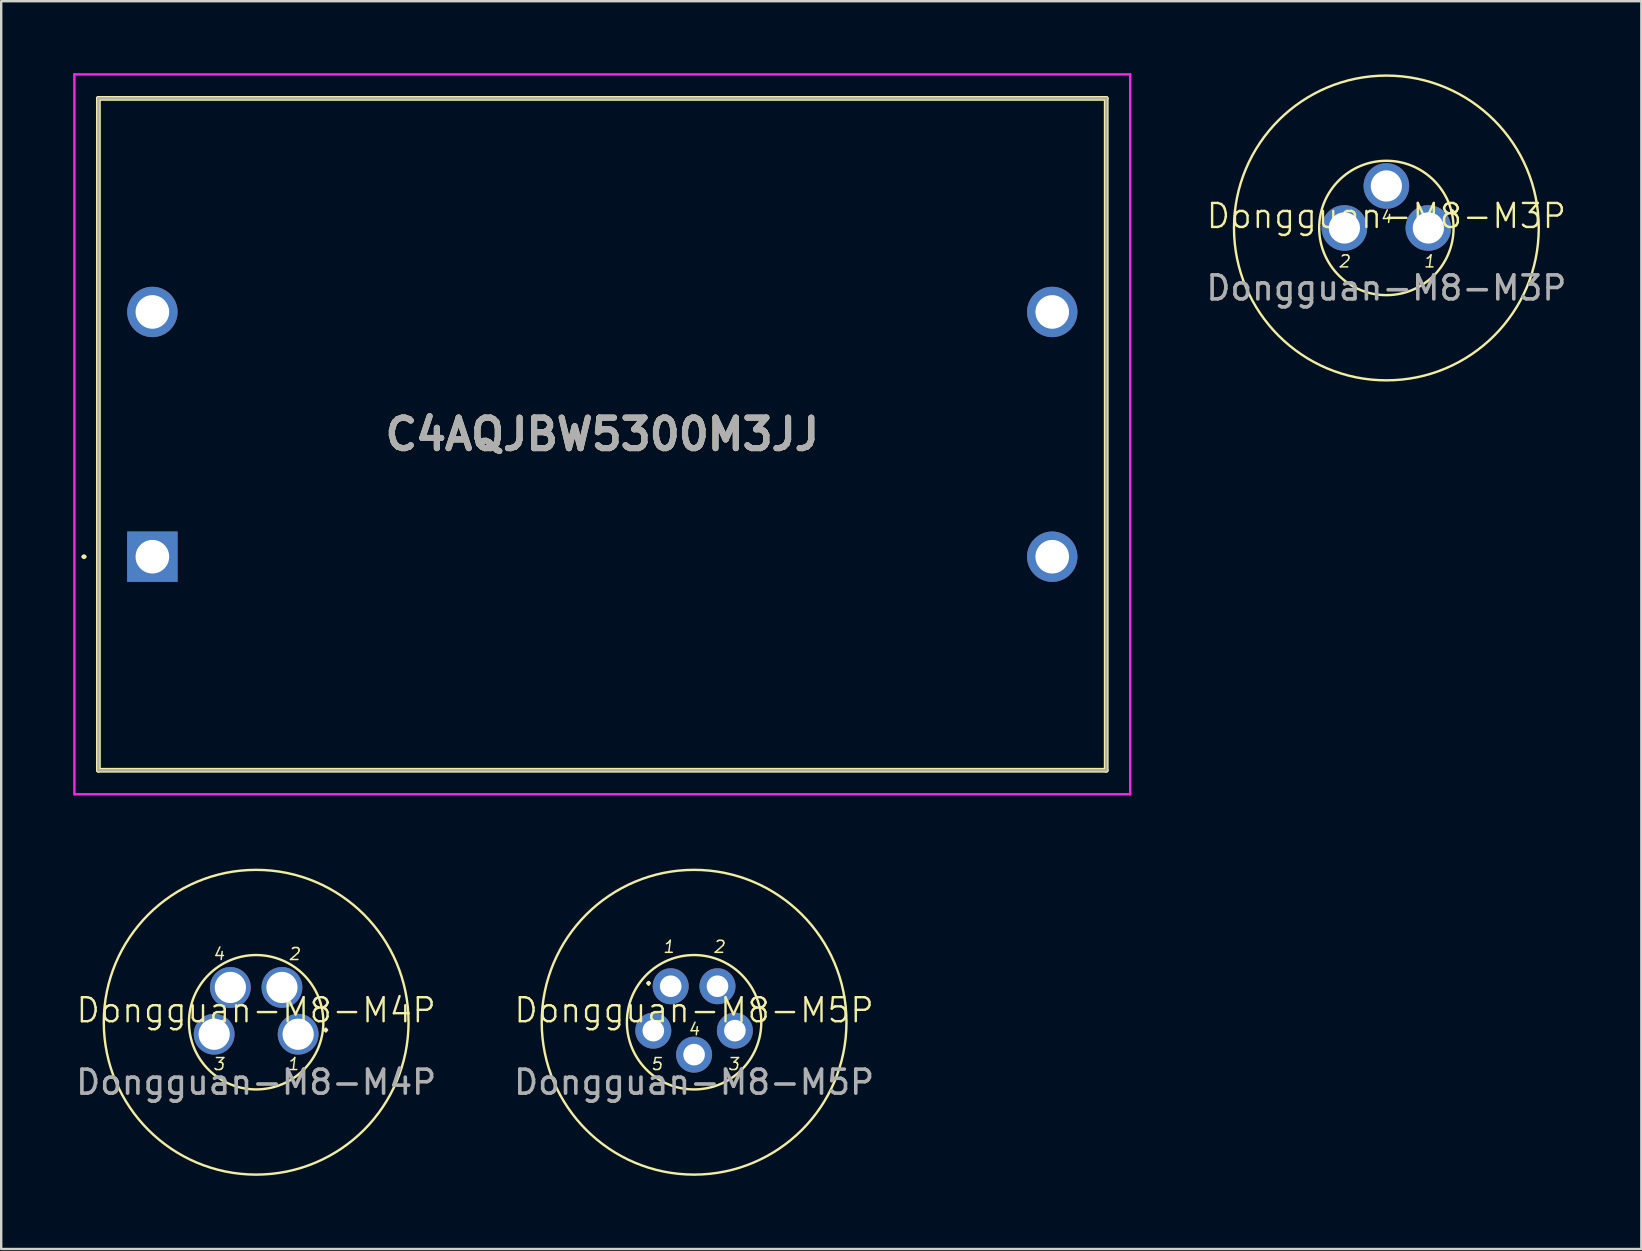
<source format=kicad_pcb>
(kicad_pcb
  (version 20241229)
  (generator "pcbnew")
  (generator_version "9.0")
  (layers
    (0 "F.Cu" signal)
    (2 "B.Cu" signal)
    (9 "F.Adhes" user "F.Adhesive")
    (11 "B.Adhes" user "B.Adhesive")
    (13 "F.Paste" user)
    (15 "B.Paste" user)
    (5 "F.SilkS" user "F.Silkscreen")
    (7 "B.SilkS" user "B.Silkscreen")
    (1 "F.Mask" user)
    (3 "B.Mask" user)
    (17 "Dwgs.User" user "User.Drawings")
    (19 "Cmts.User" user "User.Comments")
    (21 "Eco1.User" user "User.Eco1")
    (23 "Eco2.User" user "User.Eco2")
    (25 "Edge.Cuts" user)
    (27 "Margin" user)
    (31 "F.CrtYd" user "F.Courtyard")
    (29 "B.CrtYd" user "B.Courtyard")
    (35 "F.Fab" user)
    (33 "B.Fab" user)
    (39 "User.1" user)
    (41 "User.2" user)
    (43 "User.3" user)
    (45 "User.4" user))
  (footprint "Dongguan-M8-M4P"
    (layer "F.Cu")
    (at 7.625 39.55)
    (property "Reference" "Dongguan-M8-M4P" (at 0 -0.5 0) (unlocked yes) (layer "F.SilkS") (effects (font (size 1 1) (thickness 0.1))))
    (attr through_hole)
    (fp_circle (center 0 0) (end 0 -6.35) (stroke (width 0.1) (type default)) (fill no) (layer "F.SilkS"))
    (fp_circle (center 0 0) (end 0 2.8) (stroke (width 0.1) (type default)) (fill no) (layer "F.SilkS"))
    (fp_circle (center 0 0) (end 0 -6.4) (stroke (width 0.1) (type default)) (fill no) (layer "Margin"))
    (fp_text user "2" (at 1.6 -2.55 0) (unlocked yes) (layer "F.SilkS") (effects (font (size 0.5 0.5) (thickness 0.062) (italic yes)) (justify bottom)))
    (fp_text user "4" (at -1.55 -2.55 0) (unlocked yes) (layer "F.SilkS") (effects (font (size 0.5 0.5) (thickness 0.062) (italic yes)) (justify bottom)))
    (fp_text user "." (at 2.6 0.5 0) (unlocked yes) (layer "F.SilkS") (effects (font (size 1 1) (thickness 0.1)) (justify left bottom)))
    (fp_text user "3" (at -1.55 1.45 0) (unlocked yes) (layer "F.SilkS") (effects (font (size 0.5 0.5) (thickness 0.062) (italic yes)) (justify top)))
    (fp_text user "1" (at 1.55 1.45 0) (unlocked yes) (layer "F.SilkS") (effects (font (size 0.5 0.5) (thickness 0.062) (italic yes)) (justify top)))
    (fp_text user "${REFERENCE}" (at 0 2.5 0) (unlocked yes) (layer "F.Fab") (effects (font (size 1 1) (thickness 0.15))))
    (pad "1" thru_hole circle (at 1.75 0.5 90) (size 1.7 1.7) (drill 1.3) (layers "*.Cu" "*.Mask"))
    (pad "2" thru_hole circle (at 1.075 -1.45 90) (size 1.7 1.7) (drill 1.3) (layers "*.Cu" "*.Mask"))
    (pad "3" thru_hole circle (at -1.75 0.5 90) (size 1.7 1.7) (drill 1.3) (layers "*.Cu" "*.Mask"))
    (pad "4" thru_hole circle (at -1.075 -1.45 90) (size 1.7 1.7) (drill 1.3) (layers "*.Cu" "*.Mask")))
  (footprint "Dongguan-M8-M5P"
    (layer "F.Cu")
    (at 25.875 39.55)
    (property "Reference" "Dongguan-M8-M5P" (at 0 -0.5 0) (unlocked yes) (layer "F.SilkS") (effects (font (size 1 1) (thickness 0.1))))
    (attr through_hole)
    (fp_circle (center 0 0) (end 0 -6.35) (stroke (width 0.1) (type default)) (fill no) (layer "F.SilkS"))
    (fp_circle (center 0 0) (end 0 2.8) (stroke (width 0.1) (type default)) (fill no) (layer "F.SilkS"))
    (fp_circle (center 0 0) (end 0 -6.4) (stroke (width 0.1) (type default)) (fill no) (layer "Margin"))
    (fp_text user "2" (at 1.05 -2.85 0) (unlocked yes) (layer "F.SilkS") (effects (font (size 0.5 0.5) (thickness 0.062) (italic yes)) (justify bottom)))
    (fp_text user "4" (at 0 0 0) (unlocked yes) (layer "F.SilkS") (effects (font (size 0.5 0.5) (thickness 0.062) (italic yes)) (justify top)))
    (fp_text user "." (at -2.2 -1.45 0) (unlocked yes) (layer "F.SilkS") (effects (font (size 1 1) (thickness 0.1)) (justify left bottom)))
    (fp_text user "1" (at -1.05 -2.85 0) (unlocked yes) (layer "F.SilkS") (effects (font (size 0.5 0.5) (thickness 0.062) (italic yes)) (justify bottom)))
    (fp_text user "5" (at -1.55 1.45 0) (unlocked yes) (layer "F.SilkS") (effects (font (size 0.5 0.5) (thickness 0.062) (italic yes)) (justify top)))
    (fp_text user "3" (at 1.65 1.45 0) (unlocked yes) (layer "F.SilkS") (effects (font (size 0.5 0.5) (thickness 0.062) (italic yes)) (justify top)))
    (fp_text user "${REFERENCE}" (at 0 2.5 0) (unlocked yes) (layer "F.Fab") (effects (font (size 1 1) (thickness 0.15))))
    (pad "1" thru_hole circle (at -0.975 -1.5) (size 1.5 1.5) (drill 0.9) (layers "*.Cu" "*.Mask"))
    (pad "2" thru_hole circle (at 0.975 -1.5) (size 1.5 1.5) (drill 0.9) (layers "*.Cu" "*.Mask"))
    (pad "3" thru_hole circle (at 1.7 0.35) (size 1.5 1.5) (drill 0.9) (layers "*.Cu" "*.Mask"))
    (pad "4" thru_hole circle (at 0 1.35) (size 1.5 1.5) (drill 0.9) (layers "*.Cu" "*.Mask"))
    (pad "5" thru_hole circle (at -1.7 0.35) (size 1.5 1.5) (drill 0.9) (layers "*.Cu" "*.Mask")))
  (footprint "Dongguan-M8-M3P"
    (layer "F.Cu")
    (at 54.725 6.45)
    (property "Reference" "Dongguan-M8-M3P" (at 0 -0.5 0) (unlocked yes) (layer "F.SilkS") (effects (font (size 1 1) (thickness 0.1))))
    (attr through_hole)
    (fp_circle (center 0 0) (end 0 -6.35) (stroke (width 0.1) (type default)) (fill no) (layer "F.SilkS"))
    (fp_circle (center 0 0) (end 0 2.8) (stroke (width 0.1) (type default)) (fill no) (layer "F.SilkS"))
    (fp_circle (center 0 0) (end 0 -6.4) (stroke (width 0.1) (type default)) (fill no) (layer "Margin"))
    (fp_text user "2" (at -1.75 1.1 0) (unlocked yes) (layer "F.SilkS") (effects (font (size 0.5 0.5) (thickness 0.062) (italic yes)) (justify top)))
    (fp_text user "." (at 2.45 -0.5 0) (unlocked yes) (layer "F.SilkS") (effects (font (size 1 1) (thickness 0.1)) (justify left bottom)))
    (fp_text user "1" (at 1.8 1.1 0) (unlocked yes) (layer "F.SilkS") (effects (font (size 0.5 0.5) (thickness 0.062) (italic yes)) (justify top)))
    (fp_text user "4" (at 0 -0.75 0) (unlocked yes) (layer "F.SilkS") (effects (font (size 0.5 0.5) (thickness 0.062) (italic yes)) (justify top)))
    (fp_text user "${REFERENCE}" (at 0 2.5 0) (unlocked yes) (layer "F.Fab") (effects (font (size 1 1) (thickness 0.15))))
    (pad "1" thru_hole circle (at 1.75 0 90) (size 1.9 1.9) (drill 1.3) (layers "*.Cu" "*.Mask"))
    (pad "3" thru_hole circle (at -1.75 0 90) (size 1.9 1.9) (drill 1.3) (layers "*.Cu" "*.Mask"))
    (pad "4" thru_hole circle (at 0 -1.75 90) (size 1.9 1.9) (drill 1.3) (layers "*.Cu" "*.Mask")))
  (footprint "C4AQJBW5300M3JJ"
    (layer "F.Cu")
    (at 3.3 20.15)
    (property "Reference" "C4AQJBW5300M3JJ" (at 18.75 -5.1 0) (layer "F.SilkS") (effects (font (size 1.27 1.27) (thickness 0.254))))
    (attr through_hole)
    (fp_line (start -2.9 0) (end -2.9 0) (stroke (width 0.1) (type solid)) (layer "F.SilkS"))
    (fp_line (start -2.8 0) (end -2.8 0) (stroke (width 0.1) (type solid)) (layer "F.SilkS"))
    (fp_line (start -2.25 -19.1) (end 39.75 -19.1) (stroke (width 0.2) (type solid)) (layer "F.SilkS"))
    (fp_line (start -2.25 8.9) (end -2.25 -19.1) (stroke (width 0.2) (type solid)) (layer "F.SilkS"))
    (fp_line (start 39.75 -19.1) (end 39.75 8.9) (stroke (width 0.2) (type solid)) (layer "F.SilkS"))
    (fp_line (start 39.75 8.9) (end -2.25 8.9) (stroke (width 0.2) (type solid)) (layer "F.SilkS"))
    (fp_arc (start -2.9 0) (mid -2.85 -0.05) (end -2.8 0) (stroke (width 0.1) (type solid)) (layer "F.SilkS"))
    (fp_arc (start -2.8 0) (mid -2.85 0.05) (end -2.9 0) (stroke (width 0.1) (type solid)) (layer "F.SilkS"))
    (fp_line (start -3.25 -20.1) (end 40.75 -20.1) (stroke (width 0.1) (type solid)) (layer "F.CrtYd"))
    (fp_line (start -3.25 9.9) (end -3.25 -20.1) (stroke (width 0.1) (type solid)) (layer "F.CrtYd"))
    (fp_line (start 40.75 -20.1) (end 40.75 9.9) (stroke (width 0.1) (type solid)) (layer "F.CrtYd"))
    (fp_line (start 40.75 9.9) (end -3.25 9.9) (stroke (width 0.1) (type solid)) (layer "F.CrtYd"))
    (fp_line (start -2.25 -19.1) (end 39.75 -19.1) (stroke (width 0.1) (type solid)) (layer "F.Fab"))
    (fp_line (start -2.25 8.9) (end -2.25 -19.1) (stroke (width 0.1) (type solid)) (layer "F.Fab"))
    (fp_line (start 39.75 -19.1) (end 39.75 8.9) (stroke (width 0.1) (type solid)) (layer "F.Fab"))
    (fp_line (start 39.75 8.9) (end -2.25 8.9) (stroke (width 0.1) (type solid)) (layer "F.Fab"))
    (fp_text user "${REFERENCE}" (at 18.75 -5.1 0) (layer "F.Fab") (effects (font (size 1.27 1.27) (thickness 0.254))))
    (pad "1" thru_hole circle (at 0 -10.2) (size 2.1 2.1) (drill 1.4) (layers "*.Cu" "*.Mask"))
    (pad "1" thru_hole rect (at 0 0) (size 2.1 2.1) (drill 1.4) (layers "*.Cu" "*.Mask"))
    (pad "2" thru_hole circle (at 37.5 -10.2) (size 2.1 2.1) (drill 1.4) (layers "*.Cu" "*.Mask"))
    (pad "2" thru_hole circle (at 37.5 0) (size 2.1 2.1) (drill 1.4) (layers "*.Cu" "*.Mask")))
  (gr_rect
    (start -3 -3)
    (end 65.35 49)
    (stroke (width 0.1) (type default))
    (fill no)
    (layer "Edge.Cuts")))
</source>
